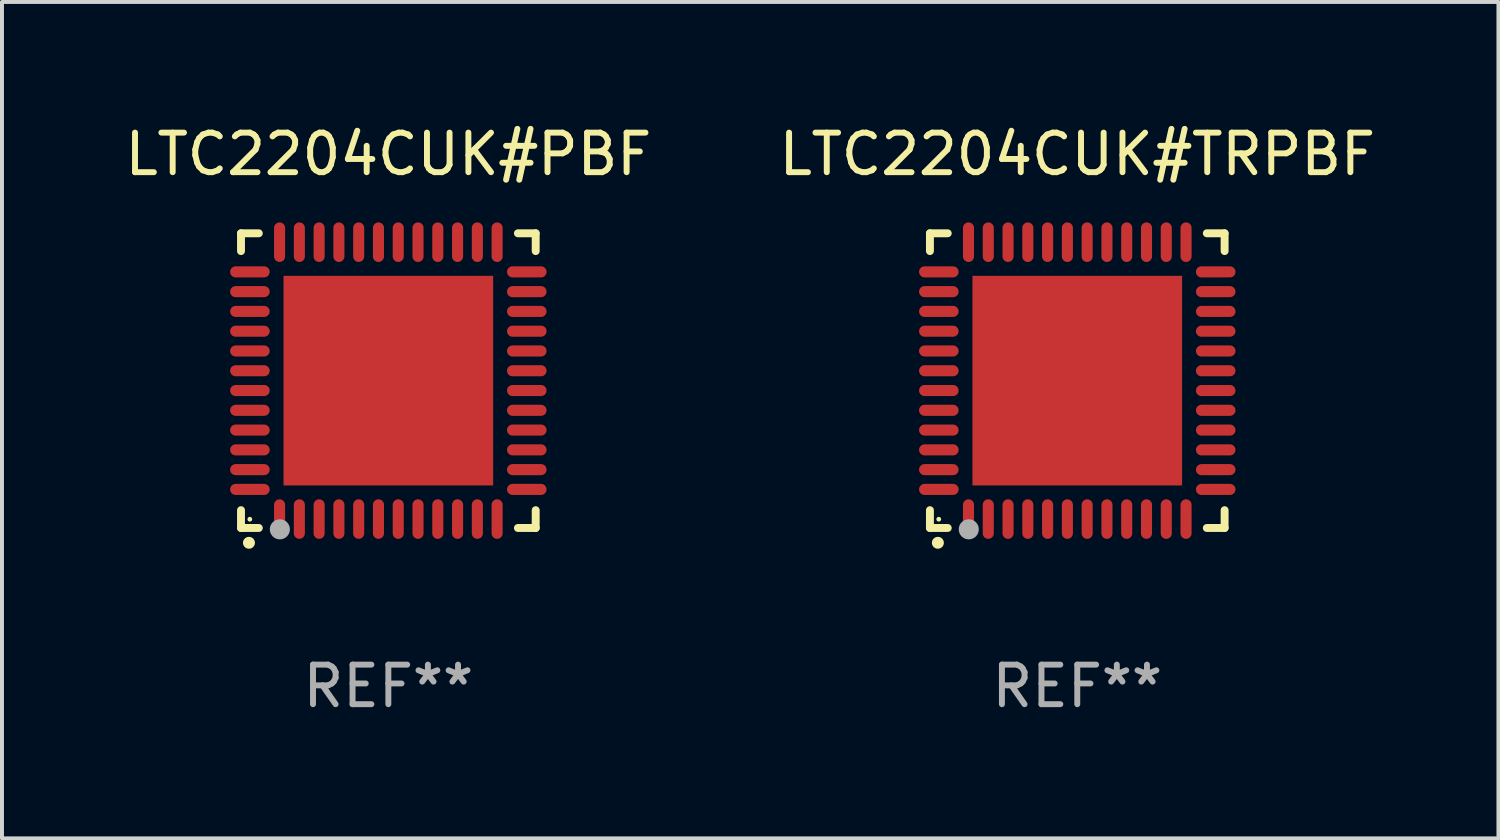
<source format=kicad_pcb>
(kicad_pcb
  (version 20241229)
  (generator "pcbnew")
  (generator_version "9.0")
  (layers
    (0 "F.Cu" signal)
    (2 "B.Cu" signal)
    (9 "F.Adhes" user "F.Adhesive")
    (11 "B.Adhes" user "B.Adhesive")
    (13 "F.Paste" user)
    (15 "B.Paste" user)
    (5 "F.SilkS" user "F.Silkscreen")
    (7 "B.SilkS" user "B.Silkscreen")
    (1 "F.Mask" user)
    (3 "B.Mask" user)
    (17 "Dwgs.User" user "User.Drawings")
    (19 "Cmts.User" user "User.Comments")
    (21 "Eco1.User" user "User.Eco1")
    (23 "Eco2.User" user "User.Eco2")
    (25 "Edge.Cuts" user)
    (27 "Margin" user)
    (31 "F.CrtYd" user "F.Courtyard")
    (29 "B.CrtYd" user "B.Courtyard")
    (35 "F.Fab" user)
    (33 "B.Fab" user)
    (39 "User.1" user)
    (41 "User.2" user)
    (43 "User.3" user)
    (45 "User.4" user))
  (footprint "LTC2204CUK#TRPBF"
    (layer "F.Cu")
    (at 24.185 6.573)
    (property "Reference" "LTC2204CUK#TRPBF" (at 0 -5.725 0) (layer "F.SilkS") (effects (font (size 1 1) (thickness 0.15))))
    (attr through_hole)
    (fp_line (start -3.725 -3.725) (end -3.275 -3.725) (stroke (width 0.2) (type solid)) (layer "F.SilkS"))
    (fp_line (start -3.725 -3.275) (end -3.725 -3.725) (stroke (width 0.2) (type solid)) (layer "F.SilkS"))
    (fp_line (start -3.725 3.725) (end -3.725 3.275) (stroke (width 0.2) (type solid)) (layer "F.SilkS"))
    (fp_line (start -3.275 3.725) (end -3.725 3.725) (stroke (width 0.2) (type solid)) (layer "F.SilkS"))
    (fp_line (start 3.275 3.725) (end 3.725 3.725) (stroke (width 0.2) (type solid)) (layer "F.SilkS"))
    (fp_line (start 3.725 -3.725) (end 3.275 -3.725) (stroke (width 0.2) (type solid)) (layer "F.SilkS"))
    (fp_line (start 3.725 -3.275) (end 3.725 -3.725) (stroke (width 0.2) (type solid)) (layer "F.SilkS"))
    (fp_line (start 3.725 3.725) (end 3.725 3.275) (stroke (width 0.2) (type solid)) (layer "F.SilkS"))
    (fp_arc (start -3.525527 4.099568) (mid -3.524257 4.099563) (end -3.522987 4.099568) (stroke (width 0.3) (type solid)) (layer "F.SilkS"))
    (fp_circle (center -3.502 3.504) (end -3.472 3.504) (stroke (width 0.06) (type solid)) (fill no) (layer "F.SilkS"))
    (fp_circle (center -2.743 3.759) (end -2.616 3.759) (stroke (width 0.254) (type solid)) (fill no) (layer "F.Fab"))
    (fp_text user "REF**" (at 0 7.725 0) (layer "F.Fab") (effects (font (size 1 1) (thickness 0.15))))
    (pad "1" smd oval (at -2.75 3.5) (size 0.28 1) (layers "F.Cu" "F.Mask" "F.Paste"))
    (pad "2" smd oval (at -2.25 3.5) (size 0.28 1) (layers "F.Cu" "F.Mask" "F.Paste"))
    (pad "3" smd oval (at -1.75 3.5) (size 0.28 1) (layers "F.Cu" "F.Mask" "F.Paste"))
    (pad "4" smd oval (at -1.25 3.5) (size 0.28 1) (layers "F.Cu" "F.Mask" "F.Paste"))
    (pad "5" smd oval (at -0.75 3.5) (size 0.28 1) (layers "F.Cu" "F.Mask" "F.Paste"))
    (pad "6" smd oval (at -0.25 3.5) (size 0.28 1) (layers "F.Cu" "F.Mask" "F.Paste"))
    (pad "7" smd oval (at 0.25 3.5) (size 0.28 1) (layers "F.Cu" "F.Mask" "F.Paste"))
    (pad "8" smd oval (at 0.75 3.5) (size 0.28 1) (layers "F.Cu" "F.Mask" "F.Paste"))
    (pad "9" smd oval (at 1.25 3.5) (size 0.28 1) (layers "F.Cu" "F.Mask" "F.Paste"))
    (pad "10" smd oval (at 1.75 3.5) (size 0.28 1) (layers "F.Cu" "F.Mask" "F.Paste"))
    (pad "11" smd oval (at 2.25 3.5) (size 0.28 1) (layers "F.Cu" "F.Mask" "F.Paste"))
    (pad "12" smd oval (at 2.75 3.5) (size 0.28 1) (layers "F.Cu" "F.Mask" "F.Paste"))
    (pad "13" smd oval (at 3.5 2.75) (size 1 0.28) (layers "F.Cu" "F.Mask" "F.Paste"))
    (pad "14" smd oval (at 3.5 2.25) (size 1 0.28) (layers "F.Cu" "F.Mask" "F.Paste"))
    (pad "15" smd oval (at 3.5 1.75) (size 1 0.28) (layers "F.Cu" "F.Mask" "F.Paste"))
    (pad "16" smd oval (at 3.5 1.25) (size 1 0.28) (layers "F.Cu" "F.Mask" "F.Paste"))
    (pad "17" smd oval (at 3.5 0.75) (size 1 0.28) (layers "F.Cu" "F.Mask" "F.Paste"))
    (pad "18" smd oval (at 3.5 0.25) (size 1 0.28) (layers "F.Cu" "F.Mask" "F.Paste"))
    (pad "19" smd oval (at 3.5 -0.25) (size 1 0.28) (layers "F.Cu" "F.Mask" "F.Paste"))
    (pad "20" smd oval (at 3.5 -0.75) (size 1 0.28) (layers "F.Cu" "F.Mask" "F.Paste"))
    (pad "21" smd oval (at 3.5 -1.25) (size 1 0.28) (layers "F.Cu" "F.Mask" "F.Paste"))
    (pad "22" smd oval (at 3.5 -1.75) (size 1 0.28) (layers "F.Cu" "F.Mask" "F.Paste"))
    (pad "23" smd oval (at 3.5 -2.25) (size 1 0.28) (layers "F.Cu" "F.Mask" "F.Paste"))
    (pad "24" smd oval (at 3.5 -2.75) (size 1 0.28) (layers "F.Cu" "F.Mask" "F.Paste"))
    (pad "25" smd oval (at 2.75 -3.5) (size 0.28 1) (layers "F.Cu" "F.Mask" "F.Paste"))
    (pad "26" smd oval (at 2.25 -3.5) (size 0.28 1) (layers "F.Cu" "F.Mask" "F.Paste"))
    (pad "27" smd oval (at 1.75 -3.5) (size 0.28 1) (layers "F.Cu" "F.Mask" "F.Paste"))
    (pad "28" smd oval (at 1.25 -3.5) (size 0.28 1) (layers "F.Cu" "F.Mask" "F.Paste"))
    (pad "29" smd oval (at 0.75 -3.5) (size 0.28 1) (layers "F.Cu" "F.Mask" "F.Paste"))
    (pad "30" smd oval (at 0.25 -3.5) (size 0.28 1) (layers "F.Cu" "F.Mask" "F.Paste"))
    (pad "31" smd oval (at -0.25 -3.5) (size 0.28 1) (layers "F.Cu" "F.Mask" "F.Paste"))
    (pad "32" smd oval (at -0.75 -3.5) (size 0.28 1) (layers "F.Cu" "F.Mask" "F.Paste"))
    (pad "33" smd oval (at -1.25 -3.5) (size 0.28 1) (layers "F.Cu" "F.Mask" "F.Paste"))
    (pad "34" smd oval (at -1.75 -3.5) (size 0.28 1) (layers "F.Cu" "F.Mask" "F.Paste"))
    (pad "35" smd oval (at -2.25 -3.5) (size 0.28 1) (layers "F.Cu" "F.Mask" "F.Paste"))
    (pad "36" smd oval (at -2.75 -3.5) (size 0.28 1) (layers "F.Cu" "F.Mask" "F.Paste"))
    (pad "37" smd oval (at -3.5 -2.75) (size 1 0.28) (layers "F.Cu" "F.Mask" "F.Paste"))
    (pad "38" smd oval (at -3.5 -2.25) (size 1 0.28) (layers "F.Cu" "F.Mask" "F.Paste"))
    (pad "39" smd oval (at -3.5 -1.75) (size 1 0.28) (layers "F.Cu" "F.Mask" "F.Paste"))
    (pad "40" smd oval (at -3.5 -1.25) (size 1 0.28) (layers "F.Cu" "F.Mask" "F.Paste"))
    (pad "41" smd oval (at -3.5 -0.75) (size 1 0.28) (layers "F.Cu" "F.Mask" "F.Paste"))
    (pad "42" smd oval (at -3.5 -0.25) (size 1 0.28) (layers "F.Cu" "F.Mask" "F.Paste"))
    (pad "43" smd oval (at -3.5 0.25) (size 1 0.28) (layers "F.Cu" "F.Mask" "F.Paste"))
    (pad "44" smd oval (at -3.5 0.75) (size 1 0.28) (layers "F.Cu" "F.Mask" "F.Paste"))
    (pad "45" smd oval (at -3.5 1.25) (size 1 0.28) (layers "F.Cu" "F.Mask" "F.Paste"))
    (pad "46" smd oval (at -3.5 1.75) (size 1 0.28) (layers "F.Cu" "F.Mask" "F.Paste"))
    (pad "47" smd oval (at -3.5 2.25) (size 1 0.28) (layers "F.Cu" "F.Mask" "F.Paste"))
    (pad "48" smd oval (at -3.5 2.75) (size 1 0.28) (layers "F.Cu" "F.Mask" "F.Paste"))
    (pad "49" smd rect (at 0 0) (size 5.3 5.3) (layers "F.Cu" "F.Mask" "F.Paste")))
  (footprint "LTC2204CUK#PBF"
    (layer "F.Cu")
    (at 6.768 6.573)
    (property "Reference" "LTC2204CUK#PBF" (at 0 -5.725 0) (layer "F.SilkS") (effects (font (size 1 1) (thickness 0.15))))
    (attr through_hole)
    (fp_line (start -3.725 -3.725) (end -3.275 -3.725) (stroke (width 0.2) (type solid)) (layer "F.SilkS"))
    (fp_line (start -3.725 -3.275) (end -3.725 -3.725) (stroke (width 0.2) (type solid)) (layer "F.SilkS"))
    (fp_line (start -3.725 3.725) (end -3.725 3.275) (stroke (width 0.2) (type solid)) (layer "F.SilkS"))
    (fp_line (start -3.275 3.725) (end -3.725 3.725) (stroke (width 0.2) (type solid)) (layer "F.SilkS"))
    (fp_line (start 3.275 3.725) (end 3.725 3.725) (stroke (width 0.2) (type solid)) (layer "F.SilkS"))
    (fp_line (start 3.725 -3.725) (end 3.275 -3.725) (stroke (width 0.2) (type solid)) (layer "F.SilkS"))
    (fp_line (start 3.725 -3.275) (end 3.725 -3.725) (stroke (width 0.2) (type solid)) (layer "F.SilkS"))
    (fp_line (start 3.725 3.725) (end 3.725 3.275) (stroke (width 0.2) (type solid)) (layer "F.SilkS"))
    (fp_arc (start -3.525527 4.099568) (mid -3.524257 4.099563) (end -3.522987 4.099568) (stroke (width 0.3) (type solid)) (layer "F.SilkS"))
    (fp_circle (center -3.502 3.504) (end -3.472 3.504) (stroke (width 0.06) (type solid)) (fill no) (layer "F.SilkS"))
    (fp_circle (center -2.743 3.759) (end -2.616 3.759) (stroke (width 0.254) (type solid)) (fill no) (layer "F.Fab"))
    (fp_text user "REF**" (at 0 7.725 0) (layer "F.Fab") (effects (font (size 1 1) (thickness 0.15))))
    (pad "1" smd oval (at -2.75 3.5) (size 0.28 1) (layers "F.Cu" "F.Mask" "F.Paste"))
    (pad "2" smd oval (at -2.25 3.5) (size 0.28 1) (layers "F.Cu" "F.Mask" "F.Paste"))
    (pad "3" smd oval (at -1.75 3.5) (size 0.28 1) (layers "F.Cu" "F.Mask" "F.Paste"))
    (pad "4" smd oval (at -1.25 3.5) (size 0.28 1) (layers "F.Cu" "F.Mask" "F.Paste"))
    (pad "5" smd oval (at -0.75 3.5) (size 0.28 1) (layers "F.Cu" "F.Mask" "F.Paste"))
    (pad "6" smd oval (at -0.25 3.5) (size 0.28 1) (layers "F.Cu" "F.Mask" "F.Paste"))
    (pad "7" smd oval (at 0.25 3.5) (size 0.28 1) (layers "F.Cu" "F.Mask" "F.Paste"))
    (pad "8" smd oval (at 0.75 3.5) (size 0.28 1) (layers "F.Cu" "F.Mask" "F.Paste"))
    (pad "9" smd oval (at 1.25 3.5) (size 0.28 1) (layers "F.Cu" "F.Mask" "F.Paste"))
    (pad "10" smd oval (at 1.75 3.5) (size 0.28 1) (layers "F.Cu" "F.Mask" "F.Paste"))
    (pad "11" smd oval (at 2.25 3.5) (size 0.28 1) (layers "F.Cu" "F.Mask" "F.Paste"))
    (pad "12" smd oval (at 2.75 3.5) (size 0.28 1) (layers "F.Cu" "F.Mask" "F.Paste"))
    (pad "13" smd oval (at 3.5 2.75) (size 1 0.28) (layers "F.Cu" "F.Mask" "F.Paste"))
    (pad "14" smd oval (at 3.5 2.25) (size 1 0.28) (layers "F.Cu" "F.Mask" "F.Paste"))
    (pad "15" smd oval (at 3.5 1.75) (size 1 0.28) (layers "F.Cu" "F.Mask" "F.Paste"))
    (pad "16" smd oval (at 3.5 1.25) (size 1 0.28) (layers "F.Cu" "F.Mask" "F.Paste"))
    (pad "17" smd oval (at 3.5 0.75) (size 1 0.28) (layers "F.Cu" "F.Mask" "F.Paste"))
    (pad "18" smd oval (at 3.5 0.25) (size 1 0.28) (layers "F.Cu" "F.Mask" "F.Paste"))
    (pad "19" smd oval (at 3.5 -0.25) (size 1 0.28) (layers "F.Cu" "F.Mask" "F.Paste"))
    (pad "20" smd oval (at 3.5 -0.75) (size 1 0.28) (layers "F.Cu" "F.Mask" "F.Paste"))
    (pad "21" smd oval (at 3.5 -1.25) (size 1 0.28) (layers "F.Cu" "F.Mask" "F.Paste"))
    (pad "22" smd oval (at 3.5 -1.75) (size 1 0.28) (layers "F.Cu" "F.Mask" "F.Paste"))
    (pad "23" smd oval (at 3.5 -2.25) (size 1 0.28) (layers "F.Cu" "F.Mask" "F.Paste"))
    (pad "24" smd oval (at 3.5 -2.75) (size 1 0.28) (layers "F.Cu" "F.Mask" "F.Paste"))
    (pad "25" smd oval (at 2.75 -3.5) (size 0.28 1) (layers "F.Cu" "F.Mask" "F.Paste"))
    (pad "26" smd oval (at 2.25 -3.5) (size 0.28 1) (layers "F.Cu" "F.Mask" "F.Paste"))
    (pad "27" smd oval (at 1.75 -3.5) (size 0.28 1) (layers "F.Cu" "F.Mask" "F.Paste"))
    (pad "28" smd oval (at 1.25 -3.5) (size 0.28 1) (layers "F.Cu" "F.Mask" "F.Paste"))
    (pad "29" smd oval (at 0.75 -3.5) (size 0.28 1) (layers "F.Cu" "F.Mask" "F.Paste"))
    (pad "30" smd oval (at 0.25 -3.5) (size 0.28 1) (layers "F.Cu" "F.Mask" "F.Paste"))
    (pad "31" smd oval (at -0.25 -3.5) (size 0.28 1) (layers "F.Cu" "F.Mask" "F.Paste"))
    (pad "32" smd oval (at -0.75 -3.5) (size 0.28 1) (layers "F.Cu" "F.Mask" "F.Paste"))
    (pad "33" smd oval (at -1.25 -3.5) (size 0.28 1) (layers "F.Cu" "F.Mask" "F.Paste"))
    (pad "34" smd oval (at -1.75 -3.5) (size 0.28 1) (layers "F.Cu" "F.Mask" "F.Paste"))
    (pad "35" smd oval (at -2.25 -3.5) (size 0.28 1) (layers "F.Cu" "F.Mask" "F.Paste"))
    (pad "36" smd oval (at -2.75 -3.5) (size 0.28 1) (layers "F.Cu" "F.Mask" "F.Paste"))
    (pad "37" smd oval (at -3.5 -2.75) (size 1 0.28) (layers "F.Cu" "F.Mask" "F.Paste"))
    (pad "38" smd oval (at -3.5 -2.25) (size 1 0.28) (layers "F.Cu" "F.Mask" "F.Paste"))
    (pad "39" smd oval (at -3.5 -1.75) (size 1 0.28) (layers "F.Cu" "F.Mask" "F.Paste"))
    (pad "40" smd oval (at -3.5 -1.25) (size 1 0.28) (layers "F.Cu" "F.Mask" "F.Paste"))
    (pad "41" smd oval (at -3.5 -0.75) (size 1 0.28) (layers "F.Cu" "F.Mask" "F.Paste"))
    (pad "42" smd oval (at -3.5 -0.25) (size 1 0.28) (layers "F.Cu" "F.Mask" "F.Paste"))
    (pad "43" smd oval (at -3.5 0.25) (size 1 0.28) (layers "F.Cu" "F.Mask" "F.Paste"))
    (pad "44" smd oval (at -3.5 0.75) (size 1 0.28) (layers "F.Cu" "F.Mask" "F.Paste"))
    (pad "45" smd oval (at -3.5 1.25) (size 1 0.28) (layers "F.Cu" "F.Mask" "F.Paste"))
    (pad "46" smd oval (at -3.5 1.75) (size 1 0.28) (layers "F.Cu" "F.Mask" "F.Paste"))
    (pad "47" smd oval (at -3.5 2.25) (size 1 0.28) (layers "F.Cu" "F.Mask" "F.Paste"))
    (pad "48" smd oval (at -3.5 2.75) (size 1 0.28) (layers "F.Cu" "F.Mask" "F.Paste"))
    (pad "49" smd rect (at 0 0) (size 5.3 5.3) (layers "F.Cu" "F.Mask" "F.Paste")))
  (gr_rect
    (start -3 -3)
    (end 34.833 18.146)
    (stroke (width 0.1) (type default))
    (fill no)
    (layer "Edge.Cuts")))
</source>
